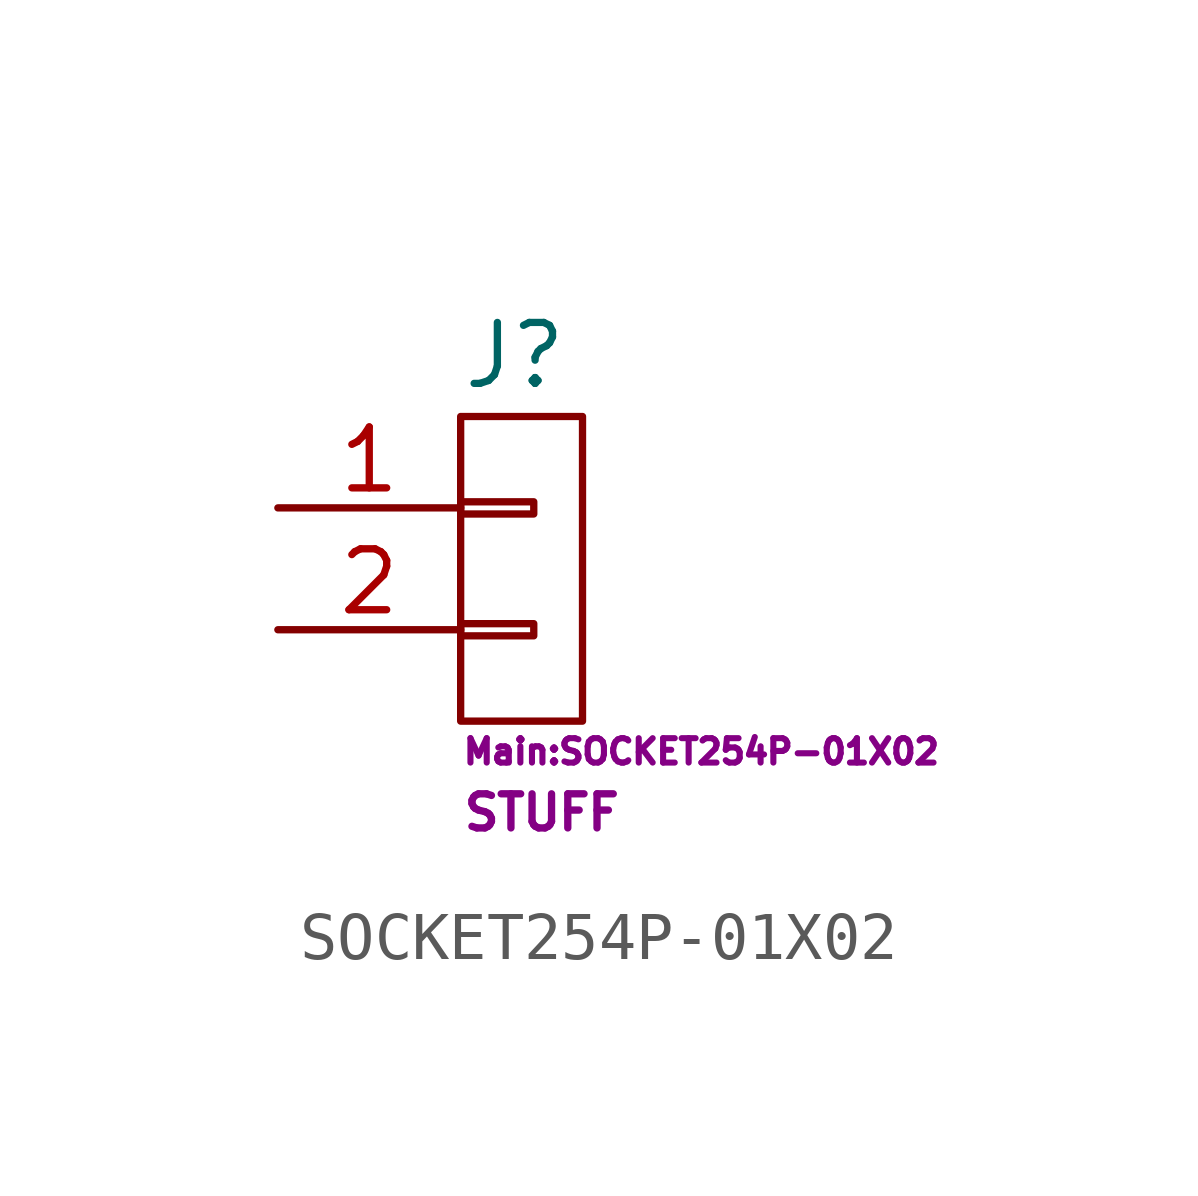
<source format=kicad_sym>
(kicad_symbol_lib
  (version 20211014)
  (generator kicad_symbol_editor)
  (symbol "SOCKET254P-01X02"
    (pin_names
      (offset 1.016) hide)
    (property "Reference" "J"
      (at -1.27 4.445 0)
      (effects (font (size 1.27 1.27)) (justify left)))
    (property "Footprint" "Main:SOCKET254P-01X02"
      (at -1.27 -3.81 0)
      (effects (font (size 0.508 0.508)) (justify left)))
    (property "Datasheet" ""
      (at 0 6.35 0)
      (effects (font (size 1.27 1.27))))
    (property "SKU" "STUFF"
      (at -1.27 -5.08 0)
      (effects (font (size 0.711 0.711)) (justify left)))
    (symbol "SOCKET254P-01X02_0_1"
      (rectangle (start -1.27 -1.143) (end 0.254 -1.397) (stroke (width 0) (type default) (color 0 0 0 0)) (fill (type none)))
      (rectangle (start -1.27 1.397) (end 0.254 1.143) (stroke (width 0) (type default) (color 0 0 0 0)) (fill (type none)))
      (rectangle (start -1.27 3.175) (end 1.27 -3.175) (stroke (width 0) (type default) (color 0 0 0 0)) (fill (type none))))
    (symbol "SOCKET254P-01X02_1_1"
      (pin passive line (at -5.08 1.27 0) (length 3.81) (name "P1" (effects (font (size 1.27 1.27)))) (number "1" (effects (font (size 1.27 1.27)))))
      (pin passive line (at -5.08 -1.27 0) (length 3.81) (name "P2" (effects (font (size 1.27 1.27)))) (number "2" (effects (font (size 1.27 1.27))))))))
</source>
